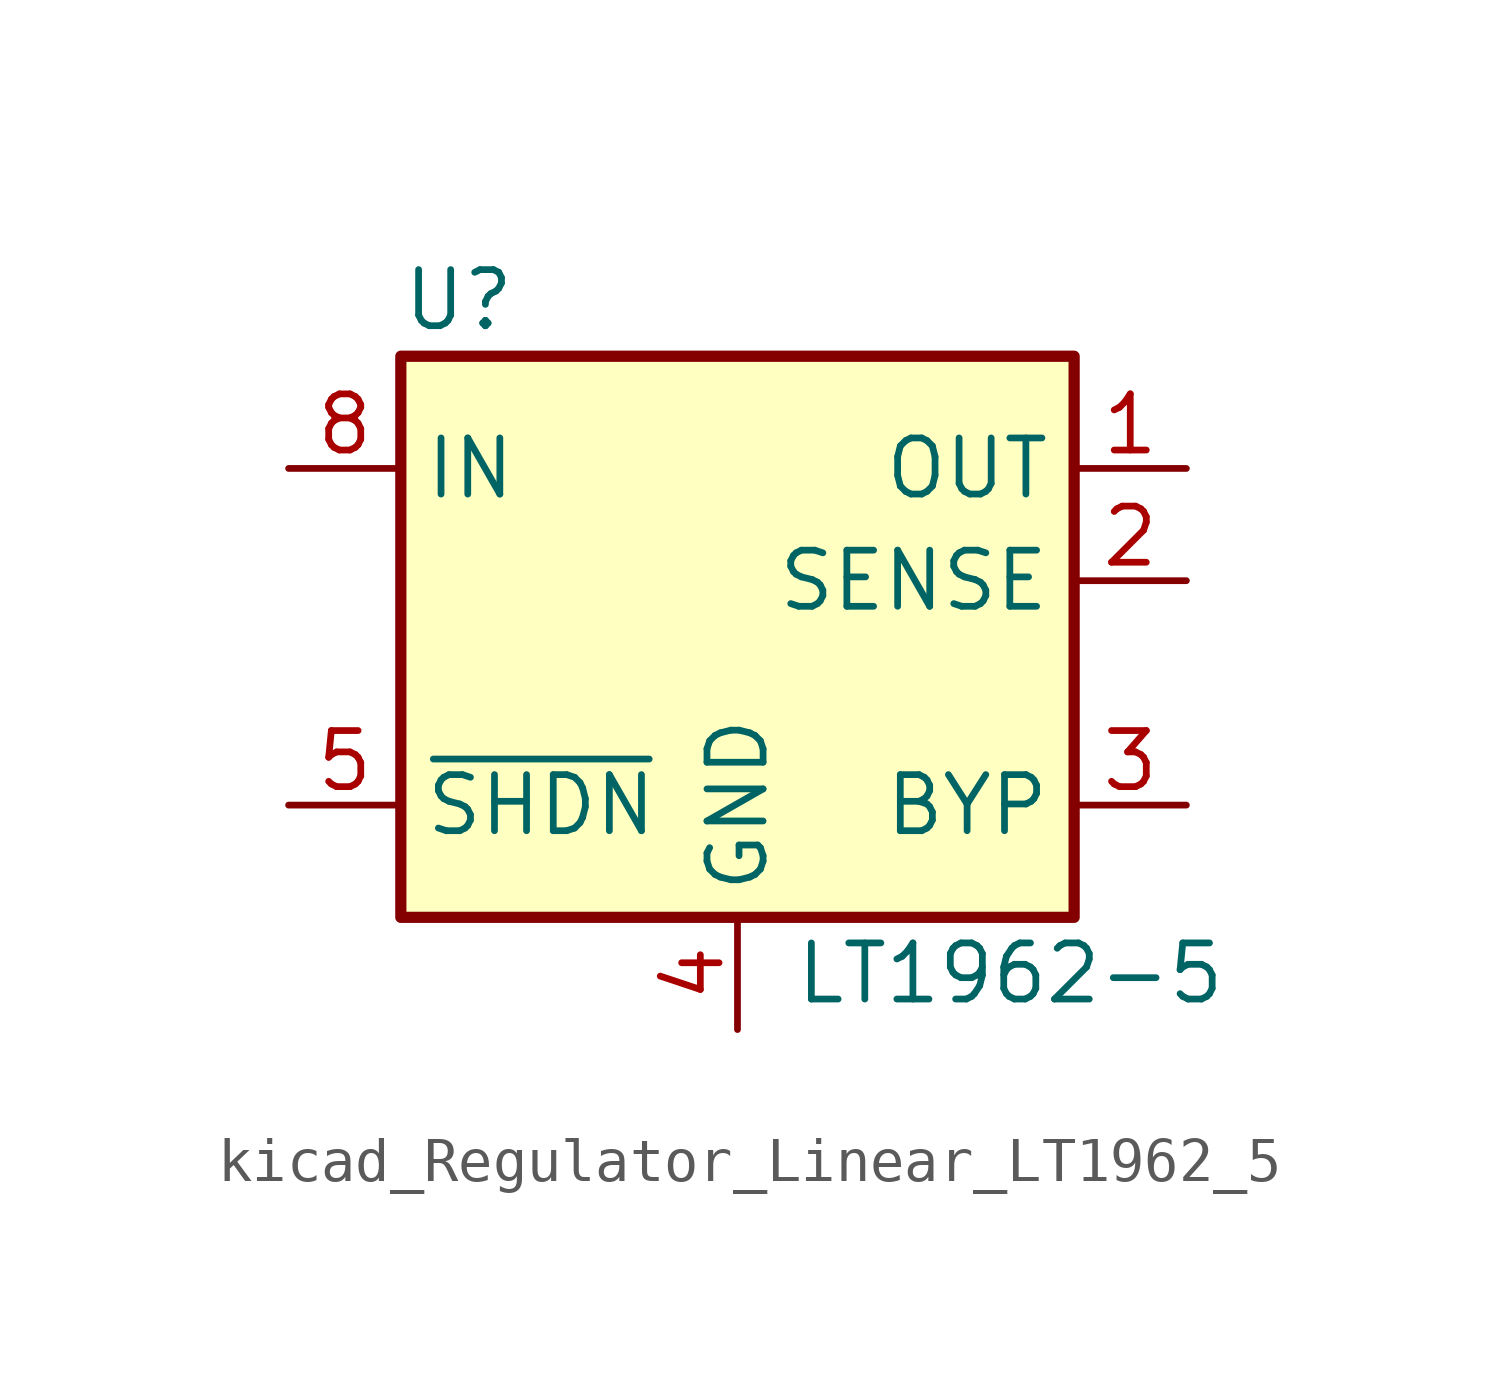
<source format=kicad_sym>
(kicad_symbol_lib
  (version 20220914)
  (generator kicad_symbol_editor)
  (symbol "kicad_Regulator_Linear_LT1962_5"
    (property "Reference" "U"
      (at -7.62 8.89 0)
      (effects (font (size 1.27 1.27)) (justify left)))
    (property "Value" "LT1962-5"
      (at 1.27 -6.35 0)
      (effects (font (size 1.27 1.27)) (justify left)))
    (symbol "kicad_Regulator_Linear_LT1962_5_0_1"
      (rectangle (start -7.62 7.62) (end 7.62 -5.08) (stroke (width 0.254) (type default)) (fill (type background))))
    (symbol "kicad_Regulator_Linear_LT1962_5_1_1"
      (pin power_out line (at 10.16 5.08 180) (length 2.54) (name "OUT" (effects (font (size 1.27 1.27)))) (number "1" (effects (font (size 1.27 1.27)))))
      (pin input line (at 10.16 2.54 180) (length 2.54) (name "SENSE" (effects (font (size 1.27 1.27)))) (number "2" (effects (font (size 1.27 1.27)))))
      (pin passive line (at 10.16 -2.54 180) (length 2.54) (name "BYP" (effects (font (size 1.27 1.27)))) (number "3" (effects (font (size 1.27 1.27)))))
      (pin power_in line (at 0 -7.62 90) (length 2.54) (name "GND" (effects (font (size 1.27 1.27)))) (number "4" (effects (font (size 1.27 1.27)))))
      (pin input line (at -10.16 -2.54 0) (length 2.54) (name "~{SHDN}" (effects (font (size 1.27 1.27)))) (number "5" (effects (font (size 1.27 1.27)))))
      (pin no_connect line (at 2.54 5.08 90) (length 2.54) hide (name "NC" (effects (font (size 1.27 1.27)))) (number "6" (effects (font (size 1.27 1.27)))))
      (pin no_connect line (at 2.54 2.54 90) (length 2.54) hide (name "NC" (effects (font (size 1.27 1.27)))) (number "7" (effects (font (size 1.27 1.27)))))
      (pin power_in line (at -10.16 5.08 0) (length 2.54) (name "IN" (effects (font (size 1.27 1.27)))) (number "8" (effects (font (size 1.27 1.27))))))))
</source>
